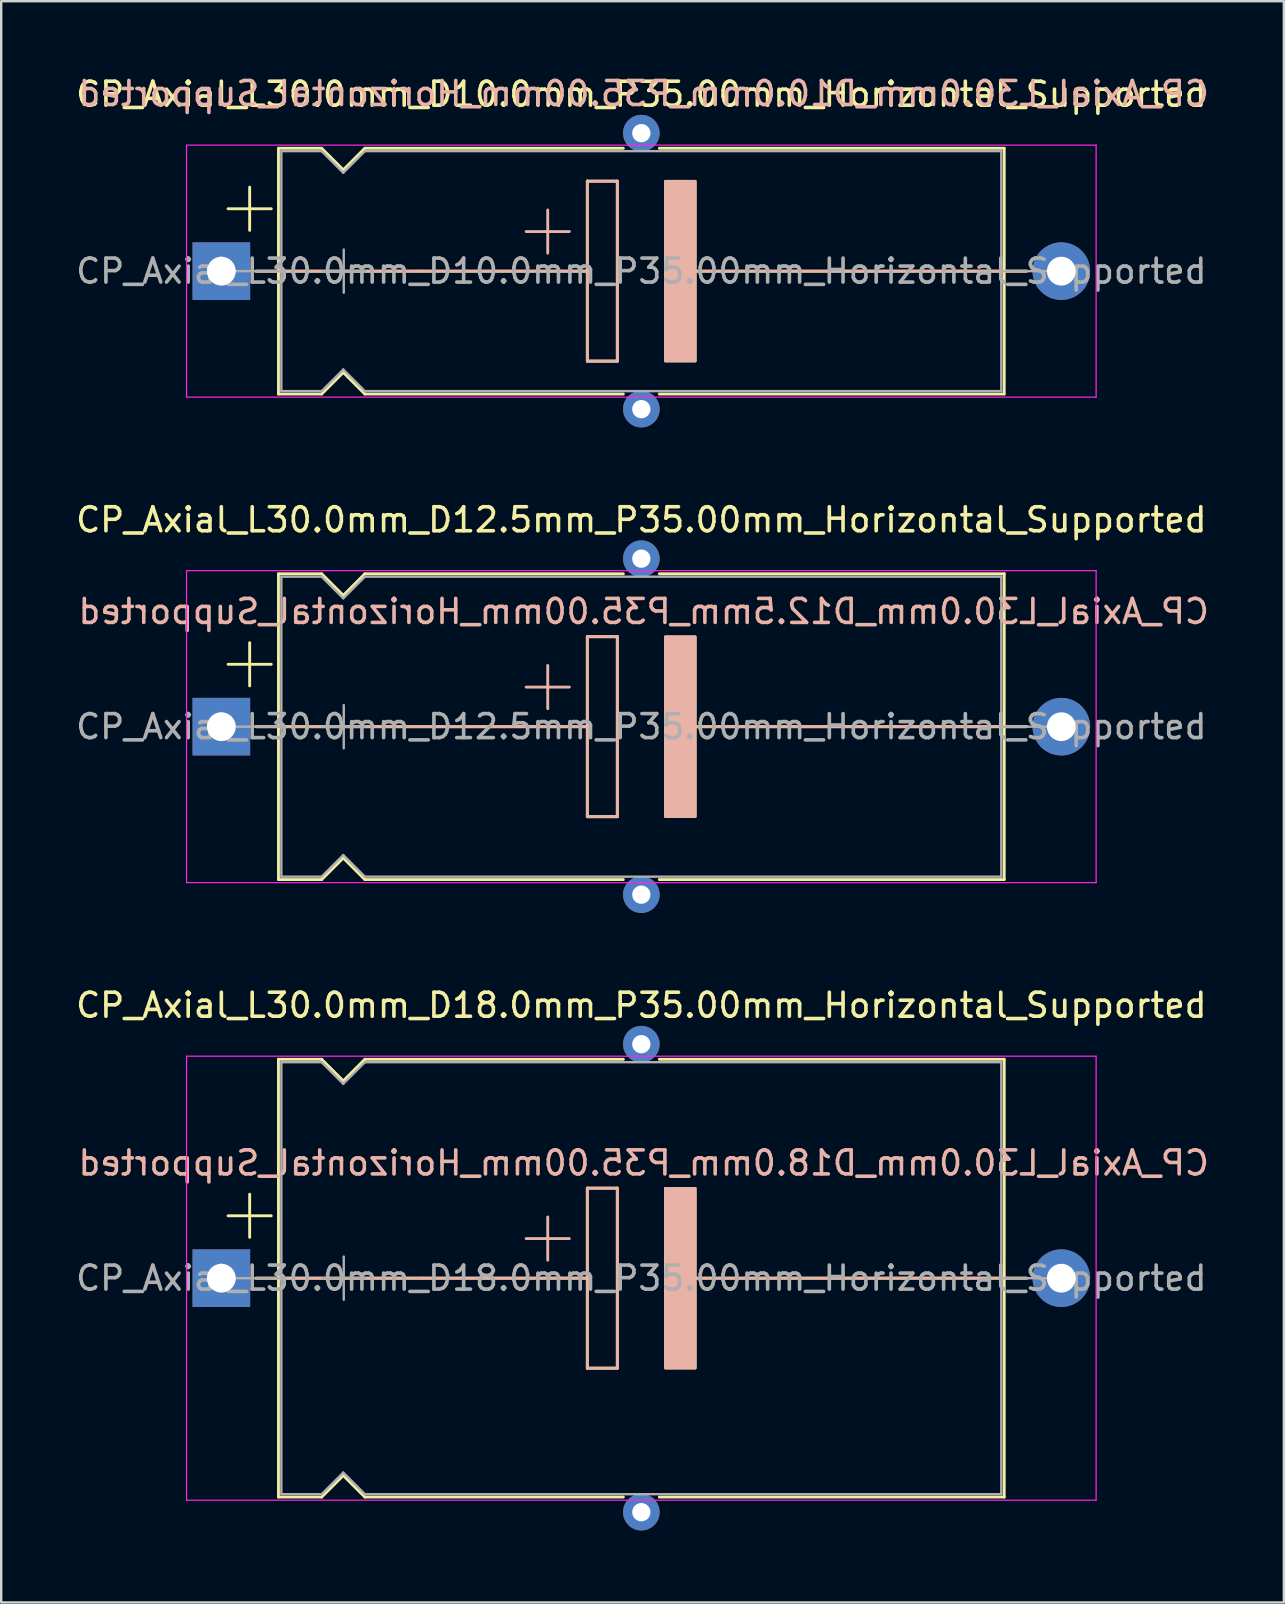
<source format=kicad_pcb>
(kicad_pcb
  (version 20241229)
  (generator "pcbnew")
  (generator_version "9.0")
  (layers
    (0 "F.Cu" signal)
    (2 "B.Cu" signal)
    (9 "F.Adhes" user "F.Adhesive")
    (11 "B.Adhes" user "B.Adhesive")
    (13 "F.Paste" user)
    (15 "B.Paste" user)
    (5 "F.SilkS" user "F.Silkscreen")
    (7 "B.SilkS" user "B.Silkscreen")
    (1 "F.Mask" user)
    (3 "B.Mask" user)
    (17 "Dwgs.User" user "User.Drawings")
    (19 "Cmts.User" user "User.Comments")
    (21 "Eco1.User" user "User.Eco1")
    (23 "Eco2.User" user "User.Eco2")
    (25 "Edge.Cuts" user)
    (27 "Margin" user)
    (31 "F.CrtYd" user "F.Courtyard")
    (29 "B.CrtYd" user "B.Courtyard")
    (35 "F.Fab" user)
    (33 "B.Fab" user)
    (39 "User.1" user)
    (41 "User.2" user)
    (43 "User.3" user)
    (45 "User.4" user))
  (footprint "CP_Axial_L30.0mm_D10.0mm_P35.00mm_Horizontal_Supported"
    (layer "F.Cu")
    (at 6.173 8.248)
    (property "Reference" "CP_Axial_L30.0mm_D10.0mm_P35.00mm_Horizontal_Supported" (at 17.5 -7.37 0) (layer "F.SilkS") (effects (font (size 1 1) (thickness 0.15))))
    (fp_line (start 0.28 -2.6) (end 2.08 -2.6) (stroke (width 0.12) (type solid)) (layer "F.SilkS"))
    (fp_line (start 1.18 -3.5) (end 1.18 -1.7) (stroke (width 0.12) (type solid)) (layer "F.SilkS"))
    (fp_line (start 1.44 0) (end 2.38 0) (stroke (width 0.12) (type solid)) (layer "F.SilkS"))
    (fp_line (start 2.38 -5.12) (end 2.38 5.12) (stroke (width 0.12) (type solid)) (layer "F.SilkS"))
    (fp_line (start 2.38 -5.12) (end 4.18 -5.12) (stroke (width 0.12) (type solid)) (layer "F.SilkS"))
    (fp_line (start 2.38 0) (end 15.25 0) (stroke (width 0.12) (type solid)) (layer "F.SilkS"))
    (fp_line (start 2.38 5.12) (end 4.18 5.12) (stroke (width 0.12) (type solid)) (layer "F.SilkS"))
    (fp_line (start 4.18 -5.12) (end 5.08 -4.22) (stroke (width 0.12) (type solid)) (layer "F.SilkS"))
    (fp_line (start 4.18 5.12) (end 5.08 4.22) (stroke (width 0.12) (type solid)) (layer "F.SilkS"))
    (fp_line (start 5.08 -4.22) (end 5.98 -5.12) (stroke (width 0.12) (type solid)) (layer "F.SilkS"))
    (fp_line (start 5.08 4.22) (end 5.98 5.12) (stroke (width 0.12) (type solid)) (layer "F.SilkS"))
    (fp_line (start 5.98 -5.12) (end 16.75 -5.12) (stroke (width 0.12) (type solid)) (layer "F.SilkS"))
    (fp_line (start 5.98 5.12) (end 16.75 5.12) (stroke (width 0.12) (type solid)) (layer "F.SilkS"))
    (fp_line (start 15.25 -3.75) (end 16.5 -3.75) (stroke (width 0.12) (type solid)) (layer "F.SilkS"))
    (fp_line (start 15.25 0) (end 15.25 -3.75) (stroke (width 0.12) (type solid)) (layer "F.SilkS"))
    (fp_line (start 15.25 3.75) (end 15.25 0) (stroke (width 0.12) (type solid)) (layer "F.SilkS"))
    (fp_line (start 16.5 -3.75) (end 16.5 3.75) (stroke (width 0.12) (type solid)) (layer "F.SilkS"))
    (fp_line (start 16.5 3.75) (end 15.25 3.75) (stroke (width 0.12) (type solid)) (layer "F.SilkS"))
    (fp_line (start 18.25 -5.12) (end 32.62 -5.12) (stroke (width 0.12) (type solid)) (layer "F.SilkS"))
    (fp_line (start 18.25 5.12) (end 32.62 5.12) (stroke (width 0.12) (type solid)) (layer "F.SilkS"))
    (fp_line (start 19.75 0) (end 32.62 0) (stroke (width 0.12) (type solid)) (layer "F.SilkS"))
    (fp_line (start 32.62 -5.12) (end 32.62 5.12) (stroke (width 0.12) (type solid)) (layer "F.SilkS"))
    (fp_line (start 33.56 0) (end 32.62 0) (stroke (width 0.12) (type solid)) (layer "F.SilkS"))
    (fp_poly (pts (xy 19.75 3.75) (xy 18.5 3.75) (xy 18.5 -3.75) (xy 19.75 -3.75)) (stroke (width 0.1) (type solid)) (fill yes) (layer "F.SilkS"))
    (fp_line (start 1.45 0) (end 8.38 0) (stroke (width 0.12) (type solid)) (layer "B.SilkS"))
    (fp_line (start 8.38 0) (end 15.25 0) (stroke (width 0.12) (type solid)) (layer "B.SilkS"))
    (fp_line (start 13.6 -2.55) (end 13.6 -0.75) (stroke (width 0.12) (type solid)) (layer "B.SilkS"))
    (fp_line (start 14.5 -1.65) (end 12.7 -1.65) (stroke (width 0.12) (type solid)) (layer "B.SilkS"))
    (fp_line (start 15.25 -3.75) (end 16.5 -3.75) (stroke (width 0.12) (type solid)) (layer "B.SilkS"))
    (fp_line (start 15.25 0) (end 15.25 -3.75) (stroke (width 0.12) (type solid)) (layer "B.SilkS"))
    (fp_line (start 15.25 3.75) (end 15.25 0) (stroke (width 0.12) (type solid)) (layer "B.SilkS"))
    (fp_line (start 16.5 -3.75) (end 16.5 3.75) (stroke (width 0.12) (type solid)) (layer "B.SilkS"))
    (fp_line (start 16.5 3.75) (end 15.25 3.75) (stroke (width 0.12) (type solid)) (layer "B.SilkS"))
    (fp_line (start 19.75 0) (end 26.62 0) (stroke (width 0.12) (type solid)) (layer "B.SilkS"))
    (fp_line (start 33.55 0) (end 26.62 0) (stroke (width 0.12) (type solid)) (layer "B.SilkS"))
    (fp_poly (pts (xy 19.75 3.75) (xy 18.5 3.75) (xy 18.5 -3.75) (xy 19.75 -3.75)) (stroke (width 0.1) (type solid)) (fill yes) (layer "B.SilkS"))
    (fp_line (start -1.45 -5.25) (end -1.45 5.25) (stroke (width 0.05) (type solid)) (layer "F.CrtYd"))
    (fp_line (start -1.45 5.25) (end 36.45 5.25) (stroke (width 0.05) (type solid)) (layer "F.CrtYd"))
    (fp_line (start 36.45 -5.25) (end -1.45 -5.25) (stroke (width 0.05) (type solid)) (layer "F.CrtYd"))
    (fp_line (start 36.45 5.25) (end 36.45 -5.25) (stroke (width 0.05) (type solid)) (layer "F.CrtYd"))
    (fp_line (start 0 0) (end 2.5 0) (stroke (width 0.1) (type solid)) (layer "F.Fab"))
    (fp_line (start 2.5 -5) (end 2.5 5) (stroke (width 0.1) (type solid)) (layer "F.Fab"))
    (fp_line (start 2.5 -5) (end 4.18 -5) (stroke (width 0.1) (type solid)) (layer "F.Fab"))
    (fp_line (start 2.5 5) (end 4.18 5) (stroke (width 0.1) (type solid)) (layer "F.Fab"))
    (fp_line (start 4.18 -5) (end 5.08 -4.1) (stroke (width 0.1) (type solid)) (layer "F.Fab"))
    (fp_line (start 4.18 5) (end 5.08 4.1) (stroke (width 0.1) (type solid)) (layer "F.Fab"))
    (fp_line (start 4.2 0) (end 6 0) (stroke (width 0.1) (type solid)) (layer "F.Fab"))
    (fp_line (start 5.08 -4.1) (end 5.98 -5) (stroke (width 0.1) (type solid)) (layer "F.Fab"))
    (fp_line (start 5.08 4.1) (end 5.98 5) (stroke (width 0.1) (type solid)) (layer "F.Fab"))
    (fp_line (start 5.1 -0.9) (end 5.1 0.9) (stroke (width 0.1) (type solid)) (layer "F.Fab"))
    (fp_line (start 5.98 -5) (end 32.5 -5) (stroke (width 0.1) (type solid)) (layer "F.Fab"))
    (fp_line (start 5.98 5) (end 32.5 5) (stroke (width 0.1) (type solid)) (layer "F.Fab"))
    (fp_line (start 32.5 -5) (end 32.5 5) (stroke (width 0.1) (type solid)) (layer "F.Fab"))
    (fp_line (start 35 0) (end 32.5 0) (stroke (width 0.1) (type solid)) (layer "F.Fab"))
    (fp_text user "${REFERENCE}" (at 17.6 -7.4 0) (layer "B.SilkS") (effects (font (size 1 1) (thickness 0.15)) (justify mirror)))
    (fp_text user "${REFERENCE}" (at 17.5 0 0) (layer "F.Fab") (effects (font (size 1 1) (thickness 0.15))))
    (pad "" thru_hole circle (at 17.5 -5.75) (size 1.524 1.524) (drill 0.762) (layers "*.Cu" "*.Mask"))
    (pad "" thru_hole circle (at 17.5 5.75) (size 1.524 1.524) (drill 0.762) (layers "*.Cu" "*.Mask"))
    (pad "1" thru_hole rect (at 0 0) (size 2.4 2.4) (drill 1.2) (layers "*.Cu" "*.Mask"))
    (pad "2" thru_hole oval (at 35 0) (size 2.4 2.4) (drill 1.2) (layers "*.Cu" "*.Mask")))
  (footprint "CP_Axial_L30.0mm_D18.0mm_P35.00mm_Horizontal_Supported"
    (layer "F.Cu")
    (at 6.173 50.209)
    (property "Reference" "CP_Axial_L30.0mm_D18.0mm_P35.00mm_Horizontal_Supported" (at 17.5 -11.37 0) (layer "F.SilkS") (effects (font (size 1 1) (thickness 0.15))))
    (fp_line (start 0.28 -2.6) (end 2.08 -2.6) (stroke (width 0.12) (type solid)) (layer "F.SilkS"))
    (fp_line (start 1.18 -3.5) (end 1.18 -1.7) (stroke (width 0.12) (type solid)) (layer "F.SilkS"))
    (fp_line (start 1.44 0) (end 2.38 0) (stroke (width 0.12) (type solid)) (layer "F.SilkS"))
    (fp_line (start 2.38 -9.12) (end 2.38 9.12) (stroke (width 0.12) (type solid)) (layer "F.SilkS"))
    (fp_line (start 2.38 -9.12) (end 4.18 -9.12) (stroke (width 0.12) (type solid)) (layer "F.SilkS"))
    (fp_line (start 2.38 0) (end 15.25 0) (stroke (width 0.12) (type solid)) (layer "F.SilkS"))
    (fp_line (start 2.38 9.12) (end 4.18 9.12) (stroke (width 0.12) (type solid)) (layer "F.SilkS"))
    (fp_line (start 4.18 -9.12) (end 5.08 -8.22) (stroke (width 0.12) (type solid)) (layer "F.SilkS"))
    (fp_line (start 4.18 9.12) (end 5.08 8.22) (stroke (width 0.12) (type solid)) (layer "F.SilkS"))
    (fp_line (start 5.08 -8.22) (end 5.98 -9.12) (stroke (width 0.12) (type solid)) (layer "F.SilkS"))
    (fp_line (start 5.08 8.22) (end 5.98 9.12) (stroke (width 0.12) (type solid)) (layer "F.SilkS"))
    (fp_line (start 5.98 -9.12) (end 16.75 -9.12) (stroke (width 0.12) (type solid)) (layer "F.SilkS"))
    (fp_line (start 5.98 9.12) (end 16.75 9.12) (stroke (width 0.12) (type solid)) (layer "F.SilkS"))
    (fp_line (start 15.25 -3.75) (end 16.5 -3.75) (stroke (width 0.12) (type solid)) (layer "F.SilkS"))
    (fp_line (start 15.25 0) (end 15.25 -3.75) (stroke (width 0.12) (type solid)) (layer "F.SilkS"))
    (fp_line (start 15.25 3.75) (end 15.25 0) (stroke (width 0.12) (type solid)) (layer "F.SilkS"))
    (fp_line (start 16.5 -3.75) (end 16.5 3.75) (stroke (width 0.12) (type solid)) (layer "F.SilkS"))
    (fp_line (start 16.5 3.75) (end 15.25 3.75) (stroke (width 0.12) (type solid)) (layer "F.SilkS"))
    (fp_line (start 18.25 -9.12) (end 32.62 -9.12) (stroke (width 0.12) (type solid)) (layer "F.SilkS"))
    (fp_line (start 18.25 9.12) (end 32.62 9.12) (stroke (width 0.12) (type solid)) (layer "F.SilkS"))
    (fp_line (start 19.75 0) (end 32.62 0) (stroke (width 0.12) (type solid)) (layer "F.SilkS"))
    (fp_line (start 32.62 -9.12) (end 32.62 9.12) (stroke (width 0.12) (type solid)) (layer "F.SilkS"))
    (fp_line (start 33.56 0) (end 32.62 0) (stroke (width 0.12) (type solid)) (layer "F.SilkS"))
    (fp_poly (pts (xy 19.75 3.75) (xy 18.5 3.75) (xy 18.5 -3.75) (xy 19.75 -3.75)) (stroke (width 0.1) (type solid)) (fill yes) (layer "F.SilkS"))
    (fp_line (start 1.45 0) (end 8.38 0) (stroke (width 0.12) (type solid)) (layer "B.SilkS"))
    (fp_line (start 8.38 0) (end 15.25 0) (stroke (width 0.12) (type solid)) (layer "B.SilkS"))
    (fp_line (start 13.6 -2.55) (end 13.6 -0.75) (stroke (width 0.12) (type solid)) (layer "B.SilkS"))
    (fp_line (start 14.5 -1.65) (end 12.7 -1.65) (stroke (width 0.12) (type solid)) (layer "B.SilkS"))
    (fp_line (start 15.25 -3.75) (end 16.5 -3.75) (stroke (width 0.12) (type solid)) (layer "B.SilkS"))
    (fp_line (start 15.25 0) (end 15.25 -3.75) (stroke (width 0.12) (type solid)) (layer "B.SilkS"))
    (fp_line (start 15.25 3.75) (end 15.25 0) (stroke (width 0.12) (type solid)) (layer "B.SilkS"))
    (fp_line (start 16.5 -3.75) (end 16.5 3.75) (stroke (width 0.12) (type solid)) (layer "B.SilkS"))
    (fp_line (start 16.5 3.75) (end 15.25 3.75) (stroke (width 0.12) (type solid)) (layer "B.SilkS"))
    (fp_line (start 19.75 0) (end 26.62 0) (stroke (width 0.12) (type solid)) (layer "B.SilkS"))
    (fp_line (start 33.55 0) (end 26.62 0) (stroke (width 0.12) (type solid)) (layer "B.SilkS"))
    (fp_poly (pts (xy 19.75 3.75) (xy 18.5 3.75) (xy 18.5 -3.75) (xy 19.75 -3.75)) (stroke (width 0.1) (type solid)) (fill yes) (layer "B.SilkS"))
    (fp_line (start -1.45 -9.25) (end -1.45 9.25) (stroke (width 0.05) (type solid)) (layer "F.CrtYd"))
    (fp_line (start -1.45 9.25) (end 36.45 9.25) (stroke (width 0.05) (type solid)) (layer "F.CrtYd"))
    (fp_line (start 36.45 -9.25) (end -1.45 -9.25) (stroke (width 0.05) (type solid)) (layer "F.CrtYd"))
    (fp_line (start 36.45 9.25) (end 36.45 -9.25) (stroke (width 0.05) (type solid)) (layer "F.CrtYd"))
    (fp_line (start 0 0) (end 2.5 0) (stroke (width 0.1) (type solid)) (layer "F.Fab"))
    (fp_line (start 2.5 -9) (end 2.5 9) (stroke (width 0.1) (type solid)) (layer "F.Fab"))
    (fp_line (start 2.5 -9) (end 4.18 -9) (stroke (width 0.1) (type solid)) (layer "F.Fab"))
    (fp_line (start 2.5 9) (end 4.18 9) (stroke (width 0.1) (type solid)) (layer "F.Fab"))
    (fp_line (start 4.18 -9) (end 5.08 -8.1) (stroke (width 0.1) (type solid)) (layer "F.Fab"))
    (fp_line (start 4.18 9) (end 5.08 8.1) (stroke (width 0.1) (type solid)) (layer "F.Fab"))
    (fp_line (start 4.2 0) (end 6 0) (stroke (width 0.1) (type solid)) (layer "F.Fab"))
    (fp_line (start 5.08 -8.1) (end 5.98 -9) (stroke (width 0.1) (type solid)) (layer "F.Fab"))
    (fp_line (start 5.08 8.1) (end 5.98 9) (stroke (width 0.1) (type solid)) (layer "F.Fab"))
    (fp_line (start 5.1 -0.9) (end 5.1 0.9) (stroke (width 0.1) (type solid)) (layer "F.Fab"))
    (fp_line (start 5.98 -9) (end 32.5 -9) (stroke (width 0.1) (type solid)) (layer "F.Fab"))
    (fp_line (start 5.98 9) (end 32.5 9) (stroke (width 0.1) (type solid)) (layer "F.Fab"))
    (fp_line (start 32.5 -9) (end 32.5 9) (stroke (width 0.1) (type solid)) (layer "F.Fab"))
    (fp_line (start 35 0) (end 32.5 0) (stroke (width 0.1) (type solid)) (layer "F.Fab"))
    (fp_text user "${REFERENCE}" (at 17.6 -4.8 0) (layer "B.SilkS") (effects (font (size 1 1) (thickness 0.15)) (justify mirror)))
    (fp_text user "${REFERENCE}" (at 17.5 0 0) (layer "F.Fab") (effects (font (size 1 1) (thickness 0.15))))
    (pad "" thru_hole circle (at 17.5 -9.75) (size 1.524 1.524) (drill 0.762) (layers "*.Cu" "*.Mask"))
    (pad "" thru_hole circle (at 17.5 9.75) (size 1.524 1.524) (drill 0.762) (layers "*.Cu" "*.Mask"))
    (pad "1" thru_hole rect (at 0 0) (size 2.4 2.4) (drill 1.2) (layers "*.Cu" "*.Mask"))
    (pad "2" thru_hole oval (at 35 0) (size 2.4 2.4) (drill 1.2) (layers "*.Cu" "*.Mask")))
  (footprint "CP_Axial_L30.0mm_D12.5mm_P35.00mm_Horizontal_Supported"
    (layer "F.Cu")
    (at 6.173 27.229)
    (property "Reference" "CP_Axial_L30.0mm_D12.5mm_P35.00mm_Horizontal_Supported" (at 17.5 -8.62 0) (layer "F.SilkS") (effects (font (size 1 1) (thickness 0.15))))
    (fp_line (start 0.28 -2.6) (end 2.08 -2.6) (stroke (width 0.12) (type solid)) (layer "F.SilkS"))
    (fp_line (start 1.18 -3.5) (end 1.18 -1.7) (stroke (width 0.12) (type solid)) (layer "F.SilkS"))
    (fp_line (start 1.44 0) (end 2.38 0) (stroke (width 0.12) (type solid)) (layer "F.SilkS"))
    (fp_line (start 2.38 -6.37) (end 2.38 6.37) (stroke (width 0.12) (type solid)) (layer "F.SilkS"))
    (fp_line (start 2.38 -6.37) (end 4.18 -6.37) (stroke (width 0.12) (type solid)) (layer "F.SilkS"))
    (fp_line (start 2.38 0) (end 15.25 0) (stroke (width 0.12) (type solid)) (layer "F.SilkS"))
    (fp_line (start 2.38 6.37) (end 4.18 6.37) (stroke (width 0.12) (type solid)) (layer "F.SilkS"))
    (fp_line (start 4.18 -6.37) (end 5.08 -5.47) (stroke (width 0.12) (type solid)) (layer "F.SilkS"))
    (fp_line (start 4.18 6.37) (end 5.08 5.47) (stroke (width 0.12) (type solid)) (layer "F.SilkS"))
    (fp_line (start 5.08 -5.47) (end 5.98 -6.37) (stroke (width 0.12) (type solid)) (layer "F.SilkS"))
    (fp_line (start 5.08 5.47) (end 5.98 6.37) (stroke (width 0.12) (type solid)) (layer "F.SilkS"))
    (fp_line (start 5.98 -6.37) (end 16.75 -6.37) (stroke (width 0.12) (type solid)) (layer "F.SilkS"))
    (fp_line (start 5.98 6.37) (end 16.75 6.37) (stroke (width 0.12) (type solid)) (layer "F.SilkS"))
    (fp_line (start 15.25 -3.75) (end 16.5 -3.75) (stroke (width 0.12) (type solid)) (layer "F.SilkS"))
    (fp_line (start 15.25 0) (end 15.25 -3.75) (stroke (width 0.12) (type solid)) (layer "F.SilkS"))
    (fp_line (start 15.25 3.75) (end 15.25 0) (stroke (width 0.12) (type solid)) (layer "F.SilkS"))
    (fp_line (start 16.5 -3.75) (end 16.5 3.75) (stroke (width 0.12) (type solid)) (layer "F.SilkS"))
    (fp_line (start 16.5 3.75) (end 15.25 3.75) (stroke (width 0.12) (type solid)) (layer "F.SilkS"))
    (fp_line (start 18.25 -6.37) (end 32.62 -6.37) (stroke (width 0.12) (type solid)) (layer "F.SilkS"))
    (fp_line (start 18.25 6.37) (end 32.62 6.37) (stroke (width 0.12) (type solid)) (layer "F.SilkS"))
    (fp_line (start 19.75 0) (end 32.62 0) (stroke (width 0.12) (type solid)) (layer "F.SilkS"))
    (fp_line (start 32.62 -6.37) (end 32.62 6.37) (stroke (width 0.12) (type solid)) (layer "F.SilkS"))
    (fp_line (start 33.56 0) (end 32.62 0) (stroke (width 0.12) (type solid)) (layer "F.SilkS"))
    (fp_poly (pts (xy 19.75 3.75) (xy 18.5 3.75) (xy 18.5 -3.75) (xy 19.75 -3.75)) (stroke (width 0.1) (type solid)) (fill yes) (layer "F.SilkS"))
    (fp_line (start 1.45 0) (end 8.38 0) (stroke (width 0.12) (type solid)) (layer "B.SilkS"))
    (fp_line (start 8.38 0) (end 15.25 0) (stroke (width 0.12) (type solid)) (layer "B.SilkS"))
    (fp_line (start 13.6 -2.55) (end 13.6 -0.75) (stroke (width 0.12) (type solid)) (layer "B.SilkS"))
    (fp_line (start 14.5 -1.65) (end 12.7 -1.65) (stroke (width 0.12) (type solid)) (layer "B.SilkS"))
    (fp_line (start 15.25 -3.75) (end 16.5 -3.75) (stroke (width 0.12) (type solid)) (layer "B.SilkS"))
    (fp_line (start 15.25 0) (end 15.25 -3.75) (stroke (width 0.12) (type solid)) (layer "B.SilkS"))
    (fp_line (start 15.25 3.75) (end 15.25 0) (stroke (width 0.12) (type solid)) (layer "B.SilkS"))
    (fp_line (start 16.5 -3.75) (end 16.5 3.75) (stroke (width 0.12) (type solid)) (layer "B.SilkS"))
    (fp_line (start 16.5 3.75) (end 15.25 3.75) (stroke (width 0.12) (type solid)) (layer "B.SilkS"))
    (fp_line (start 19.75 0) (end 26.62 0) (stroke (width 0.12) (type solid)) (layer "B.SilkS"))
    (fp_line (start 33.55 0) (end 26.62 0) (stroke (width 0.12) (type solid)) (layer "B.SilkS"))
    (fp_poly (pts (xy 19.75 3.75) (xy 18.5 3.75) (xy 18.5 -3.75) (xy 19.75 -3.75)) (stroke (width 0.1) (type solid)) (fill yes) (layer "B.SilkS"))
    (fp_line (start -1.45 -6.5) (end -1.45 6.5) (stroke (width 0.05) (type solid)) (layer "F.CrtYd"))
    (fp_line (start -1.45 6.5) (end 36.45 6.5) (stroke (width 0.05) (type solid)) (layer "F.CrtYd"))
    (fp_line (start 36.45 -6.5) (end -1.45 -6.5) (stroke (width 0.05) (type solid)) (layer "F.CrtYd"))
    (fp_line (start 36.45 6.5) (end 36.45 -6.5) (stroke (width 0.05) (type solid)) (layer "F.CrtYd"))
    (fp_line (start 0 0) (end 2.5 0) (stroke (width 0.1) (type solid)) (layer "F.Fab"))
    (fp_line (start 2.5 -6.25) (end 2.5 6.25) (stroke (width 0.1) (type solid)) (layer "F.Fab"))
    (fp_line (start 2.5 -6.25) (end 4.18 -6.25) (stroke (width 0.1) (type solid)) (layer "F.Fab"))
    (fp_line (start 2.5 6.25) (end 4.18 6.25) (stroke (width 0.1) (type solid)) (layer "F.Fab"))
    (fp_line (start 4.18 -6.25) (end 5.08 -5.35) (stroke (width 0.1) (type solid)) (layer "F.Fab"))
    (fp_line (start 4.18 6.25) (end 5.08 5.35) (stroke (width 0.1) (type solid)) (layer "F.Fab"))
    (fp_line (start 4.2 0) (end 6 0) (stroke (width 0.1) (type solid)) (layer "F.Fab"))
    (fp_line (start 5.08 -5.35) (end 5.98 -6.25) (stroke (width 0.1) (type solid)) (layer "F.Fab"))
    (fp_line (start 5.08 5.35) (end 5.98 6.25) (stroke (width 0.1) (type solid)) (layer "F.Fab"))
    (fp_line (start 5.1 -0.9) (end 5.1 0.9) (stroke (width 0.1) (type solid)) (layer "F.Fab"))
    (fp_line (start 5.98 -6.25) (end 32.5 -6.25) (stroke (width 0.1) (type solid)) (layer "F.Fab"))
    (fp_line (start 5.98 6.25) (end 32.5 6.25) (stroke (width 0.1) (type solid)) (layer "F.Fab"))
    (fp_line (start 32.5 -6.25) (end 32.5 6.25) (stroke (width 0.1) (type solid)) (layer "F.Fab"))
    (fp_line (start 35 0) (end 32.5 0) (stroke (width 0.1) (type solid)) (layer "F.Fab"))
    (fp_text user "${REFERENCE}" (at 17.6 -4.8 0) (layer "B.SilkS") (effects (font (size 1 1) (thickness 0.15)) (justify mirror)))
    (fp_text user "${REFERENCE}" (at 17.5 0 0) (layer "F.Fab") (effects (font (size 1 1) (thickness 0.15))))
    (pad "" thru_hole circle (at 17.5 -7) (size 1.524 1.524) (drill 0.762) (layers "*.Cu" "*.Mask"))
    (pad "" thru_hole circle (at 17.5 7) (size 1.524 1.524) (drill 0.762) (layers "*.Cu" "*.Mask"))
    (pad "1" thru_hole rect (at 0 0) (size 2.4 2.4) (drill 1.2) (layers "*.Cu" "*.Mask"))
    (pad "2" thru_hole oval (at 35 0) (size 2.4 2.4) (drill 1.2) (layers "*.Cu" "*.Mask")))
  (gr_rect
    (start -3 -3)
    (end 50.445 63.721)
    (stroke (width 0.1) (type default))
    (fill no)
    (layer "Edge.Cuts")))
</source>
